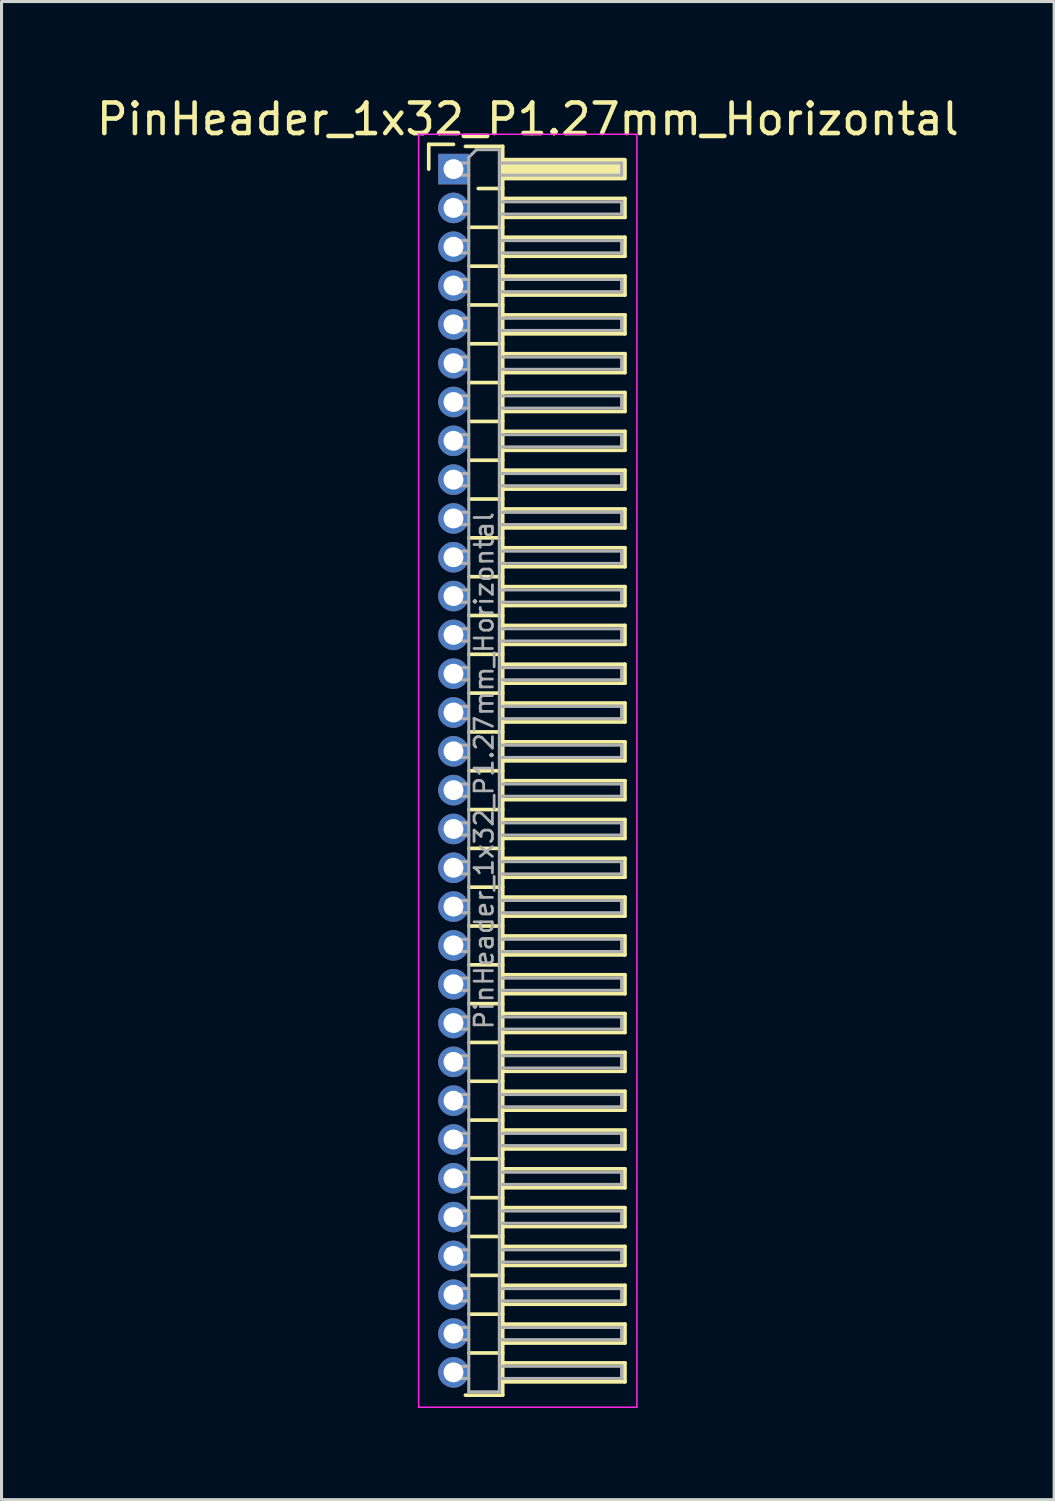
<source format=kicad_pcb>
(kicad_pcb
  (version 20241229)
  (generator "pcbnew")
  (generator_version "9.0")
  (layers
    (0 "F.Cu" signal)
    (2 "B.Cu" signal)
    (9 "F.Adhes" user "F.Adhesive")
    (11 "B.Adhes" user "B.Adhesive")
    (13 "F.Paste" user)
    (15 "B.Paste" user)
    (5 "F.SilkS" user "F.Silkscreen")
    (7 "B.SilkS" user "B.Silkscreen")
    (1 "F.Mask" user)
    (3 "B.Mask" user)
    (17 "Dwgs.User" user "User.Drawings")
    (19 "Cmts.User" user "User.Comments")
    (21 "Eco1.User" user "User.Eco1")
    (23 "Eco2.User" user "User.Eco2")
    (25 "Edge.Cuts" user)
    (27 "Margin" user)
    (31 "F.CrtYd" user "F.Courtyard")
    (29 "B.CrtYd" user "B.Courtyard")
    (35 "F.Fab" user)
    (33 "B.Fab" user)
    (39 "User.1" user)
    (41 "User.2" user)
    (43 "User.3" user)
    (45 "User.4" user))
  (footprint "PinHeader_1x32_P1.27mm_Horizontal"
    (layer "F.Cu")
    (at 11.788 2.483)
    (property "Reference" "PinHeader_1x32_P1.27mm_Horizontal" (at 2.433 -1.635 0) (layer "F.SilkS") (effects (font (size 1 1) (thickness 0.15))))
    (attr through_hole)
    (fp_line (start -0.81 -0.81) (end 0 -0.81) (stroke (width 0.12) (type solid)) (layer "F.SilkS"))
    (fp_line (start -0.81 0) (end -0.81 -0.81) (stroke (width 0.12) (type solid)) (layer "F.SilkS"))
    (fp_line (start 0.39 -0.745) (end 1.61 -0.745) (stroke (width 0.12) (type solid)) (layer "F.SilkS"))
    (fp_line (start 0.503 1.905) (end 1.61 1.905) (stroke (width 0.12) (type solid)) (layer "F.SilkS"))
    (fp_line (start 0.503 3.175) (end 1.61 3.175) (stroke (width 0.12) (type solid)) (layer "F.SilkS"))
    (fp_line (start 0.503 4.445) (end 1.61 4.445) (stroke (width 0.12) (type solid)) (layer "F.SilkS"))
    (fp_line (start 0.503 5.715) (end 1.61 5.715) (stroke (width 0.12) (type solid)) (layer "F.SilkS"))
    (fp_line (start 0.503 6.985) (end 1.61 6.985) (stroke (width 0.12) (type solid)) (layer "F.SilkS"))
    (fp_line (start 0.503 8.255) (end 1.61 8.255) (stroke (width 0.12) (type solid)) (layer "F.SilkS"))
    (fp_line (start 0.503 9.525) (end 1.61 9.525) (stroke (width 0.12) (type solid)) (layer "F.SilkS"))
    (fp_line (start 0.503 10.795) (end 1.61 10.795) (stroke (width 0.12) (type solid)) (layer "F.SilkS"))
    (fp_line (start 0.503 12.065) (end 1.61 12.065) (stroke (width 0.12) (type solid)) (layer "F.SilkS"))
    (fp_line (start 0.503 13.335) (end 1.61 13.335) (stroke (width 0.12) (type solid)) (layer "F.SilkS"))
    (fp_line (start 0.503 14.605) (end 1.61 14.605) (stroke (width 0.12) (type solid)) (layer "F.SilkS"))
    (fp_line (start 0.503 15.875) (end 1.61 15.875) (stroke (width 0.12) (type solid)) (layer "F.SilkS"))
    (fp_line (start 0.503 17.145) (end 1.61 17.145) (stroke (width 0.12) (type solid)) (layer "F.SilkS"))
    (fp_line (start 0.503 18.415) (end 1.61 18.415) (stroke (width 0.12) (type solid)) (layer "F.SilkS"))
    (fp_line (start 0.503 19.685) (end 1.61 19.685) (stroke (width 0.12) (type solid)) (layer "F.SilkS"))
    (fp_line (start 0.503 20.955) (end 1.61 20.955) (stroke (width 0.12) (type solid)) (layer "F.SilkS"))
    (fp_line (start 0.503 22.225) (end 1.61 22.225) (stroke (width 0.12) (type solid)) (layer "F.SilkS"))
    (fp_line (start 0.503 23.495) (end 1.61 23.495) (stroke (width 0.12) (type solid)) (layer "F.SilkS"))
    (fp_line (start 0.503 24.765) (end 1.61 24.765) (stroke (width 0.12) (type solid)) (layer "F.SilkS"))
    (fp_line (start 0.503 26.035) (end 1.61 26.035) (stroke (width 0.12) (type solid)) (layer "F.SilkS"))
    (fp_line (start 0.503 27.305) (end 1.61 27.305) (stroke (width 0.12) (type solid)) (layer "F.SilkS"))
    (fp_line (start 0.503 28.575) (end 1.61 28.575) (stroke (width 0.12) (type solid)) (layer "F.SilkS"))
    (fp_line (start 0.503 29.845) (end 1.61 29.845) (stroke (width 0.12) (type solid)) (layer "F.SilkS"))
    (fp_line (start 0.503 31.115) (end 1.61 31.115) (stroke (width 0.12) (type solid)) (layer "F.SilkS"))
    (fp_line (start 0.503 32.385) (end 1.61 32.385) (stroke (width 0.12) (type solid)) (layer "F.SilkS"))
    (fp_line (start 0.503 33.655) (end 1.61 33.655) (stroke (width 0.12) (type solid)) (layer "F.SilkS"))
    (fp_line (start 0.503 34.925) (end 1.61 34.925) (stroke (width 0.12) (type solid)) (layer "F.SilkS"))
    (fp_line (start 0.503 36.195) (end 1.61 36.195) (stroke (width 0.12) (type solid)) (layer "F.SilkS"))
    (fp_line (start 0.503 37.465) (end 1.61 37.465) (stroke (width 0.12) (type solid)) (layer "F.SilkS"))
    (fp_line (start 0.503 38.735) (end 1.61 38.735) (stroke (width 0.12) (type solid)) (layer "F.SilkS"))
    (fp_line (start 0.81 0.635) (end 1.61 0.635) (stroke (width 0.12) (type solid)) (layer "F.SilkS"))
    (fp_line (start 1.61 -0.745) (end 1.61 40.115) (stroke (width 0.12) (type solid)) (layer "F.SilkS"))
    (fp_line (start 1.61 0.96) (end 5.61 0.96) (stroke (width 0.12) (type solid)) (layer "F.SilkS"))
    (fp_line (start 1.61 2.23) (end 5.61 2.23) (stroke (width 0.12) (type solid)) (layer "F.SilkS"))
    (fp_line (start 1.61 3.5) (end 5.61 3.5) (stroke (width 0.12) (type solid)) (layer "F.SilkS"))
    (fp_line (start 1.61 4.77) (end 5.61 4.77) (stroke (width 0.12) (type solid)) (layer "F.SilkS"))
    (fp_line (start 1.61 6.04) (end 5.61 6.04) (stroke (width 0.12) (type solid)) (layer "F.SilkS"))
    (fp_line (start 1.61 7.31) (end 5.61 7.31) (stroke (width 0.12) (type solid)) (layer "F.SilkS"))
    (fp_line (start 1.61 8.58) (end 5.61 8.58) (stroke (width 0.12) (type solid)) (layer "F.SilkS"))
    (fp_line (start 1.61 9.85) (end 5.61 9.85) (stroke (width 0.12) (type solid)) (layer "F.SilkS"))
    (fp_line (start 1.61 11.12) (end 5.61 11.12) (stroke (width 0.12) (type solid)) (layer "F.SilkS"))
    (fp_line (start 1.61 12.39) (end 5.61 12.39) (stroke (width 0.12) (type solid)) (layer "F.SilkS"))
    (fp_line (start 1.61 13.66) (end 5.61 13.66) (stroke (width 0.12) (type solid)) (layer "F.SilkS"))
    (fp_line (start 1.61 14.93) (end 5.61 14.93) (stroke (width 0.12) (type solid)) (layer "F.SilkS"))
    (fp_line (start 1.61 16.2) (end 5.61 16.2) (stroke (width 0.12) (type solid)) (layer "F.SilkS"))
    (fp_line (start 1.61 17.47) (end 5.61 17.47) (stroke (width 0.12) (type solid)) (layer "F.SilkS"))
    (fp_line (start 1.61 18.74) (end 5.61 18.74) (stroke (width 0.12) (type solid)) (layer "F.SilkS"))
    (fp_line (start 1.61 20.01) (end 5.61 20.01) (stroke (width 0.12) (type solid)) (layer "F.SilkS"))
    (fp_line (start 1.61 21.28) (end 5.61 21.28) (stroke (width 0.12) (type solid)) (layer "F.SilkS"))
    (fp_line (start 1.61 22.55) (end 5.61 22.55) (stroke (width 0.12) (type solid)) (layer "F.SilkS"))
    (fp_line (start 1.61 23.82) (end 5.61 23.82) (stroke (width 0.12) (type solid)) (layer "F.SilkS"))
    (fp_line (start 1.61 25.09) (end 5.61 25.09) (stroke (width 0.12) (type solid)) (layer "F.SilkS"))
    (fp_line (start 1.61 26.36) (end 5.61 26.36) (stroke (width 0.12) (type solid)) (layer "F.SilkS"))
    (fp_line (start 1.61 27.63) (end 5.61 27.63) (stroke (width 0.12) (type solid)) (layer "F.SilkS"))
    (fp_line (start 1.61 28.9) (end 5.61 28.9) (stroke (width 0.12) (type solid)) (layer "F.SilkS"))
    (fp_line (start 1.61 30.17) (end 5.61 30.17) (stroke (width 0.12) (type solid)) (layer "F.SilkS"))
    (fp_line (start 1.61 31.44) (end 5.61 31.44) (stroke (width 0.12) (type solid)) (layer "F.SilkS"))
    (fp_line (start 1.61 32.71) (end 5.61 32.71) (stroke (width 0.12) (type solid)) (layer "F.SilkS"))
    (fp_line (start 1.61 33.98) (end 5.61 33.98) (stroke (width 0.12) (type solid)) (layer "F.SilkS"))
    (fp_line (start 1.61 35.25) (end 5.61 35.25) (stroke (width 0.12) (type solid)) (layer "F.SilkS"))
    (fp_line (start 1.61 36.52) (end 5.61 36.52) (stroke (width 0.12) (type solid)) (layer "F.SilkS"))
    (fp_line (start 1.61 37.79) (end 5.61 37.79) (stroke (width 0.12) (type solid)) (layer "F.SilkS"))
    (fp_line (start 1.61 39.06) (end 5.61 39.06) (stroke (width 0.12) (type solid)) (layer "F.SilkS"))
    (fp_line (start 1.61 40.115) (end 0.39 40.115) (stroke (width 0.12) (type solid)) (layer "F.SilkS"))
    (fp_line (start 5.61 0.96) (end 5.61 1.58) (stroke (width 0.12) (type solid)) (layer "F.SilkS"))
    (fp_line (start 5.61 1.58) (end 1.61 1.58) (stroke (width 0.12) (type solid)) (layer "F.SilkS"))
    (fp_line (start 5.61 2.23) (end 5.61 2.85) (stroke (width 0.12) (type solid)) (layer "F.SilkS"))
    (fp_line (start 5.61 2.85) (end 1.61 2.85) (stroke (width 0.12) (type solid)) (layer "F.SilkS"))
    (fp_line (start 5.61 3.5) (end 5.61 4.12) (stroke (width 0.12) (type solid)) (layer "F.SilkS"))
    (fp_line (start 5.61 4.12) (end 1.61 4.12) (stroke (width 0.12) (type solid)) (layer "F.SilkS"))
    (fp_line (start 5.61 4.77) (end 5.61 5.39) (stroke (width 0.12) (type solid)) (layer "F.SilkS"))
    (fp_line (start 5.61 5.39) (end 1.61 5.39) (stroke (width 0.12) (type solid)) (layer "F.SilkS"))
    (fp_line (start 5.61 6.04) (end 5.61 6.66) (stroke (width 0.12) (type solid)) (layer "F.SilkS"))
    (fp_line (start 5.61 6.66) (end 1.61 6.66) (stroke (width 0.12) (type solid)) (layer "F.SilkS"))
    (fp_line (start 5.61 7.31) (end 5.61 7.93) (stroke (width 0.12) (type solid)) (layer "F.SilkS"))
    (fp_line (start 5.61 7.93) (end 1.61 7.93) (stroke (width 0.12) (type solid)) (layer "F.SilkS"))
    (fp_line (start 5.61 8.58) (end 5.61 9.2) (stroke (width 0.12) (type solid)) (layer "F.SilkS"))
    (fp_line (start 5.61 9.2) (end 1.61 9.2) (stroke (width 0.12) (type solid)) (layer "F.SilkS"))
    (fp_line (start 5.61 9.85) (end 5.61 10.47) (stroke (width 0.12) (type solid)) (layer "F.SilkS"))
    (fp_line (start 5.61 10.47) (end 1.61 10.47) (stroke (width 0.12) (type solid)) (layer "F.SilkS"))
    (fp_line (start 5.61 11.12) (end 5.61 11.74) (stroke (width 0.12) (type solid)) (layer "F.SilkS"))
    (fp_line (start 5.61 11.74) (end 1.61 11.74) (stroke (width 0.12) (type solid)) (layer "F.SilkS"))
    (fp_line (start 5.61 12.39) (end 5.61 13.01) (stroke (width 0.12) (type solid)) (layer "F.SilkS"))
    (fp_line (start 5.61 13.01) (end 1.61 13.01) (stroke (width 0.12) (type solid)) (layer "F.SilkS"))
    (fp_line (start 5.61 13.66) (end 5.61 14.28) (stroke (width 0.12) (type solid)) (layer "F.SilkS"))
    (fp_line (start 5.61 14.28) (end 1.61 14.28) (stroke (width 0.12) (type solid)) (layer "F.SilkS"))
    (fp_line (start 5.61 14.93) (end 5.61 15.55) (stroke (width 0.12) (type solid)) (layer "F.SilkS"))
    (fp_line (start 5.61 15.55) (end 1.61 15.55) (stroke (width 0.12) (type solid)) (layer "F.SilkS"))
    (fp_line (start 5.61 16.2) (end 5.61 16.82) (stroke (width 0.12) (type solid)) (layer "F.SilkS"))
    (fp_line (start 5.61 16.82) (end 1.61 16.82) (stroke (width 0.12) (type solid)) (layer "F.SilkS"))
    (fp_line (start 5.61 17.47) (end 5.61 18.09) (stroke (width 0.12) (type solid)) (layer "F.SilkS"))
    (fp_line (start 5.61 18.09) (end 1.61 18.09) (stroke (width 0.12) (type solid)) (layer "F.SilkS"))
    (fp_line (start 5.61 18.74) (end 5.61 19.36) (stroke (width 0.12) (type solid)) (layer "F.SilkS"))
    (fp_line (start 5.61 19.36) (end 1.61 19.36) (stroke (width 0.12) (type solid)) (layer "F.SilkS"))
    (fp_line (start 5.61 20.01) (end 5.61 20.63) (stroke (width 0.12) (type solid)) (layer "F.SilkS"))
    (fp_line (start 5.61 20.63) (end 1.61 20.63) (stroke (width 0.12) (type solid)) (layer "F.SilkS"))
    (fp_line (start 5.61 21.28) (end 5.61 21.9) (stroke (width 0.12) (type solid)) (layer "F.SilkS"))
    (fp_line (start 5.61 21.9) (end 1.61 21.9) (stroke (width 0.12) (type solid)) (layer "F.SilkS"))
    (fp_line (start 5.61 22.55) (end 5.61 23.17) (stroke (width 0.12) (type solid)) (layer "F.SilkS"))
    (fp_line (start 5.61 23.17) (end 1.61 23.17) (stroke (width 0.12) (type solid)) (layer "F.SilkS"))
    (fp_line (start 5.61 23.82) (end 5.61 24.44) (stroke (width 0.12) (type solid)) (layer "F.SilkS"))
    (fp_line (start 5.61 24.44) (end 1.61 24.44) (stroke (width 0.12) (type solid)) (layer "F.SilkS"))
    (fp_line (start 5.61 25.09) (end 5.61 25.71) (stroke (width 0.12) (type solid)) (layer "F.SilkS"))
    (fp_line (start 5.61 25.71) (end 1.61 25.71) (stroke (width 0.12) (type solid)) (layer "F.SilkS"))
    (fp_line (start 5.61 26.36) (end 5.61 26.98) (stroke (width 0.12) (type solid)) (layer "F.SilkS"))
    (fp_line (start 5.61 26.98) (end 1.61 26.98) (stroke (width 0.12) (type solid)) (layer "F.SilkS"))
    (fp_line (start 5.61 27.63) (end 5.61 28.25) (stroke (width 0.12) (type solid)) (layer "F.SilkS"))
    (fp_line (start 5.61 28.25) (end 1.61 28.25) (stroke (width 0.12) (type solid)) (layer "F.SilkS"))
    (fp_line (start 5.61 28.9) (end 5.61 29.52) (stroke (width 0.12) (type solid)) (layer "F.SilkS"))
    (fp_line (start 5.61 29.52) (end 1.61 29.52) (stroke (width 0.12) (type solid)) (layer "F.SilkS"))
    (fp_line (start 5.61 30.17) (end 5.61 30.79) (stroke (width 0.12) (type solid)) (layer "F.SilkS"))
    (fp_line (start 5.61 30.79) (end 1.61 30.79) (stroke (width 0.12) (type solid)) (layer "F.SilkS"))
    (fp_line (start 5.61 31.44) (end 5.61 32.06) (stroke (width 0.12) (type solid)) (layer "F.SilkS"))
    (fp_line (start 5.61 32.06) (end 1.61 32.06) (stroke (width 0.12) (type solid)) (layer "F.SilkS"))
    (fp_line (start 5.61 32.71) (end 5.61 33.33) (stroke (width 0.12) (type solid)) (layer "F.SilkS"))
    (fp_line (start 5.61 33.33) (end 1.61 33.33) (stroke (width 0.12) (type solid)) (layer "F.SilkS"))
    (fp_line (start 5.61 33.98) (end 5.61 34.6) (stroke (width 0.12) (type solid)) (layer "F.SilkS"))
    (fp_line (start 5.61 34.6) (end 1.61 34.6) (stroke (width 0.12) (type solid)) (layer "F.SilkS"))
    (fp_line (start 5.61 35.25) (end 5.61 35.87) (stroke (width 0.12) (type solid)) (layer "F.SilkS"))
    (fp_line (start 5.61 35.87) (end 1.61 35.87) (stroke (width 0.12) (type solid)) (layer "F.SilkS"))
    (fp_line (start 5.61 36.52) (end 5.61 37.14) (stroke (width 0.12) (type solid)) (layer "F.SilkS"))
    (fp_line (start 5.61 37.14) (end 1.61 37.14) (stroke (width 0.12) (type solid)) (layer "F.SilkS"))
    (fp_line (start 5.61 37.79) (end 5.61 38.41) (stroke (width 0.12) (type solid)) (layer "F.SilkS"))
    (fp_line (start 5.61 38.41) (end 1.61 38.41) (stroke (width 0.12) (type solid)) (layer "F.SilkS"))
    (fp_line (start 5.61 39.06) (end 5.61 39.68) (stroke (width 0.12) (type solid)) (layer "F.SilkS"))
    (fp_line (start 5.61 39.68) (end 1.61 39.68) (stroke (width 0.12) (type solid)) (layer "F.SilkS"))
    (fp_rect (start 1.61 -0.31) (end 5.61 0.31) (stroke (width 0.12) (type solid)) (fill yes) (layer "F.SilkS"))
    (fp_line (start -1.14 -1.14) (end -1.14 40.51) (stroke (width 0.05) (type solid)) (layer "F.CrtYd"))
    (fp_line (start -1.14 40.51) (end 6 40.51) (stroke (width 0.05) (type solid)) (layer "F.CrtYd"))
    (fp_line (start 6 -1.14) (end -1.14 -1.14) (stroke (width 0.05) (type solid)) (layer "F.CrtYd"))
    (fp_line (start 6 40.51) (end 6 -1.14) (stroke (width 0.05) (type solid)) (layer "F.CrtYd"))
    (fp_line (start -0.2 -0.2) (end -0.2 0.2) (stroke (width 0.1) (type solid)) (layer "F.Fab"))
    (fp_line (start -0.2 -0.2) (end 0.5 -0.2) (stroke (width 0.1) (type solid)) (layer "F.Fab"))
    (fp_line (start -0.2 0.2) (end 0.5 0.2) (stroke (width 0.1) (type solid)) (layer "F.Fab"))
    (fp_line (start -0.2 1.07) (end -0.2 1.47) (stroke (width 0.1) (type solid)) (layer "F.Fab"))
    (fp_line (start -0.2 1.07) (end 0.5 1.07) (stroke (width 0.1) (type solid)) (layer "F.Fab"))
    (fp_line (start -0.2 1.47) (end 0.5 1.47) (stroke (width 0.1) (type solid)) (layer "F.Fab"))
    (fp_line (start -0.2 2.34) (end -0.2 2.74) (stroke (width 0.1) (type solid)) (layer "F.Fab"))
    (fp_line (start -0.2 2.34) (end 0.5 2.34) (stroke (width 0.1) (type solid)) (layer "F.Fab"))
    (fp_line (start -0.2 2.74) (end 0.5 2.74) (stroke (width 0.1) (type solid)) (layer "F.Fab"))
    (fp_line (start -0.2 3.61) (end -0.2 4.01) (stroke (width 0.1) (type solid)) (layer "F.Fab"))
    (fp_line (start -0.2 3.61) (end 0.5 3.61) (stroke (width 0.1) (type solid)) (layer "F.Fab"))
    (fp_line (start -0.2 4.01) (end 0.5 4.01) (stroke (width 0.1) (type solid)) (layer "F.Fab"))
    (fp_line (start -0.2 4.88) (end -0.2 5.28) (stroke (width 0.1) (type solid)) (layer "F.Fab"))
    (fp_line (start -0.2 4.88) (end 0.5 4.88) (stroke (width 0.1) (type solid)) (layer "F.Fab"))
    (fp_line (start -0.2 5.28) (end 0.5 5.28) (stroke (width 0.1) (type solid)) (layer "F.Fab"))
    (fp_line (start -0.2 6.15) (end -0.2 6.55) (stroke (width 0.1) (type solid)) (layer "F.Fab"))
    (fp_line (start -0.2 6.15) (end 0.5 6.15) (stroke (width 0.1) (type solid)) (layer "F.Fab"))
    (fp_line (start -0.2 6.55) (end 0.5 6.55) (stroke (width 0.1) (type solid)) (layer "F.Fab"))
    (fp_line (start -0.2 7.42) (end -0.2 7.82) (stroke (width 0.1) (type solid)) (layer "F.Fab"))
    (fp_line (start -0.2 7.42) (end 0.5 7.42) (stroke (width 0.1) (type solid)) (layer "F.Fab"))
    (fp_line (start -0.2 7.82) (end 0.5 7.82) (stroke (width 0.1) (type solid)) (layer "F.Fab"))
    (fp_line (start -0.2 8.69) (end -0.2 9.09) (stroke (width 0.1) (type solid)) (layer "F.Fab"))
    (fp_line (start -0.2 8.69) (end 0.5 8.69) (stroke (width 0.1) (type solid)) (layer "F.Fab"))
    (fp_line (start -0.2 9.09) (end 0.5 9.09) (stroke (width 0.1) (type solid)) (layer "F.Fab"))
    (fp_line (start -0.2 9.96) (end -0.2 10.36) (stroke (width 0.1) (type solid)) (layer "F.Fab"))
    (fp_line (start -0.2 9.96) (end 0.5 9.96) (stroke (width 0.1) (type solid)) (layer "F.Fab"))
    (fp_line (start -0.2 10.36) (end 0.5 10.36) (stroke (width 0.1) (type solid)) (layer "F.Fab"))
    (fp_line (start -0.2 11.23) (end -0.2 11.63) (stroke (width 0.1) (type solid)) (layer "F.Fab"))
    (fp_line (start -0.2 11.23) (end 0.5 11.23) (stroke (width 0.1) (type solid)) (layer "F.Fab"))
    (fp_line (start -0.2 11.63) (end 0.5 11.63) (stroke (width 0.1) (type solid)) (layer "F.Fab"))
    (fp_line (start -0.2 12.5) (end -0.2 12.9) (stroke (width 0.1) (type solid)) (layer "F.Fab"))
    (fp_line (start -0.2 12.5) (end 0.5 12.5) (stroke (width 0.1) (type solid)) (layer "F.Fab"))
    (fp_line (start -0.2 12.9) (end 0.5 12.9) (stroke (width 0.1) (type solid)) (layer "F.Fab"))
    (fp_line (start -0.2 13.77) (end -0.2 14.17) (stroke (width 0.1) (type solid)) (layer "F.Fab"))
    (fp_line (start -0.2 13.77) (end 0.5 13.77) (stroke (width 0.1) (type solid)) (layer "F.Fab"))
    (fp_line (start -0.2 14.17) (end 0.5 14.17) (stroke (width 0.1) (type solid)) (layer "F.Fab"))
    (fp_line (start -0.2 15.04) (end -0.2 15.44) (stroke (width 0.1) (type solid)) (layer "F.Fab"))
    (fp_line (start -0.2 15.04) (end 0.5 15.04) (stroke (width 0.1) (type solid)) (layer "F.Fab"))
    (fp_line (start -0.2 15.44) (end 0.5 15.44) (stroke (width 0.1) (type solid)) (layer "F.Fab"))
    (fp_line (start -0.2 16.31) (end -0.2 16.71) (stroke (width 0.1) (type solid)) (layer "F.Fab"))
    (fp_line (start -0.2 16.31) (end 0.5 16.31) (stroke (width 0.1) (type solid)) (layer "F.Fab"))
    (fp_line (start -0.2 16.71) (end 0.5 16.71) (stroke (width 0.1) (type solid)) (layer "F.Fab"))
    (fp_line (start -0.2 17.58) (end -0.2 17.98) (stroke (width 0.1) (type solid)) (layer "F.Fab"))
    (fp_line (start -0.2 17.58) (end 0.5 17.58) (stroke (width 0.1) (type solid)) (layer "F.Fab"))
    (fp_line (start -0.2 17.98) (end 0.5 17.98) (stroke (width 0.1) (type solid)) (layer "F.Fab"))
    (fp_line (start -0.2 18.85) (end -0.2 19.25) (stroke (width 0.1) (type solid)) (layer "F.Fab"))
    (fp_line (start -0.2 18.85) (end 0.5 18.85) (stroke (width 0.1) (type solid)) (layer "F.Fab"))
    (fp_line (start -0.2 19.25) (end 0.5 19.25) (stroke (width 0.1) (type solid)) (layer "F.Fab"))
    (fp_line (start -0.2 20.12) (end -0.2 20.52) (stroke (width 0.1) (type solid)) (layer "F.Fab"))
    (fp_line (start -0.2 20.12) (end 0.5 20.12) (stroke (width 0.1) (type solid)) (layer "F.Fab"))
    (fp_line (start -0.2 20.52) (end 0.5 20.52) (stroke (width 0.1) (type solid)) (layer "F.Fab"))
    (fp_line (start -0.2 21.39) (end -0.2 21.79) (stroke (width 0.1) (type solid)) (layer "F.Fab"))
    (fp_line (start -0.2 21.39) (end 0.5 21.39) (stroke (width 0.1) (type solid)) (layer "F.Fab"))
    (fp_line (start -0.2 21.79) (end 0.5 21.79) (stroke (width 0.1) (type solid)) (layer "F.Fab"))
    (fp_line (start -0.2 22.66) (end -0.2 23.06) (stroke (width 0.1) (type solid)) (layer "F.Fab"))
    (fp_line (start -0.2 22.66) (end 0.5 22.66) (stroke (width 0.1) (type solid)) (layer "F.Fab"))
    (fp_line (start -0.2 23.06) (end 0.5 23.06) (stroke (width 0.1) (type solid)) (layer "F.Fab"))
    (fp_line (start -0.2 23.93) (end -0.2 24.33) (stroke (width 0.1) (type solid)) (layer "F.Fab"))
    (fp_line (start -0.2 23.93) (end 0.5 23.93) (stroke (width 0.1) (type solid)) (layer "F.Fab"))
    (fp_line (start -0.2 24.33) (end 0.5 24.33) (stroke (width 0.1) (type solid)) (layer "F.Fab"))
    (fp_line (start -0.2 25.2) (end -0.2 25.6) (stroke (width 0.1) (type solid)) (layer "F.Fab"))
    (fp_line (start -0.2 25.2) (end 0.5 25.2) (stroke (width 0.1) (type solid)) (layer "F.Fab"))
    (fp_line (start -0.2 25.6) (end 0.5 25.6) (stroke (width 0.1) (type solid)) (layer "F.Fab"))
    (fp_line (start -0.2 26.47) (end -0.2 26.87) (stroke (width 0.1) (type solid)) (layer "F.Fab"))
    (fp_line (start -0.2 26.47) (end 0.5 26.47) (stroke (width 0.1) (type solid)) (layer "F.Fab"))
    (fp_line (start -0.2 26.87) (end 0.5 26.87) (stroke (width 0.1) (type solid)) (layer "F.Fab"))
    (fp_line (start -0.2 27.74) (end -0.2 28.14) (stroke (width 0.1) (type solid)) (layer "F.Fab"))
    (fp_line (start -0.2 27.74) (end 0.5 27.74) (stroke (width 0.1) (type solid)) (layer "F.Fab"))
    (fp_line (start -0.2 28.14) (end 0.5 28.14) (stroke (width 0.1) (type solid)) (layer "F.Fab"))
    (fp_line (start -0.2 29.01) (end -0.2 29.41) (stroke (width 0.1) (type solid)) (layer "F.Fab"))
    (fp_line (start -0.2 29.01) (end 0.5 29.01) (stroke (width 0.1) (type solid)) (layer "F.Fab"))
    (fp_line (start -0.2 29.41) (end 0.5 29.41) (stroke (width 0.1) (type solid)) (layer "F.Fab"))
    (fp_line (start -0.2 30.28) (end -0.2 30.68) (stroke (width 0.1) (type solid)) (layer "F.Fab"))
    (fp_line (start -0.2 30.28) (end 0.5 30.28) (stroke (width 0.1) (type solid)) (layer "F.Fab"))
    (fp_line (start -0.2 30.68) (end 0.5 30.68) (stroke (width 0.1) (type solid)) (layer "F.Fab"))
    (fp_line (start -0.2 31.55) (end -0.2 31.95) (stroke (width 0.1) (type solid)) (layer "F.Fab"))
    (fp_line (start -0.2 31.55) (end 0.5 31.55) (stroke (width 0.1) (type solid)) (layer "F.Fab"))
    (fp_line (start -0.2 31.95) (end 0.5 31.95) (stroke (width 0.1) (type solid)) (layer "F.Fab"))
    (fp_line (start -0.2 32.82) (end -0.2 33.22) (stroke (width 0.1) (type solid)) (layer "F.Fab"))
    (fp_line (start -0.2 32.82) (end 0.5 32.82) (stroke (width 0.1) (type solid)) (layer "F.Fab"))
    (fp_line (start -0.2 33.22) (end 0.5 33.22) (stroke (width 0.1) (type solid)) (layer "F.Fab"))
    (fp_line (start -0.2 34.09) (end -0.2 34.49) (stroke (width 0.1) (type solid)) (layer "F.Fab"))
    (fp_line (start -0.2 34.09) (end 0.5 34.09) (stroke (width 0.1) (type solid)) (layer "F.Fab"))
    (fp_line (start -0.2 34.49) (end 0.5 34.49) (stroke (width 0.1) (type solid)) (layer "F.Fab"))
    (fp_line (start -0.2 35.36) (end -0.2 35.76) (stroke (width 0.1) (type solid)) (layer "F.Fab"))
    (fp_line (start -0.2 35.36) (end 0.5 35.36) (stroke (width 0.1) (type solid)) (layer "F.Fab"))
    (fp_line (start -0.2 35.76) (end 0.5 35.76) (stroke (width 0.1) (type solid)) (layer "F.Fab"))
    (fp_line (start -0.2 36.63) (end -0.2 37.03) (stroke (width 0.1) (type solid)) (layer "F.Fab"))
    (fp_line (start -0.2 36.63) (end 0.5 36.63) (stroke (width 0.1) (type solid)) (layer "F.Fab"))
    (fp_line (start -0.2 37.03) (end 0.5 37.03) (stroke (width 0.1) (type solid)) (layer "F.Fab"))
    (fp_line (start -0.2 37.9) (end -0.2 38.3) (stroke (width 0.1) (type solid)) (layer "F.Fab"))
    (fp_line (start -0.2 37.9) (end 0.5 37.9) (stroke (width 0.1) (type solid)) (layer "F.Fab"))
    (fp_line (start -0.2 38.3) (end 0.5 38.3) (stroke (width 0.1) (type solid)) (layer "F.Fab"))
    (fp_line (start -0.2 39.17) (end -0.2 39.57) (stroke (width 0.1) (type solid)) (layer "F.Fab"))
    (fp_line (start -0.2 39.17) (end 0.5 39.17) (stroke (width 0.1) (type solid)) (layer "F.Fab"))
    (fp_line (start -0.2 39.57) (end 0.5 39.57) (stroke (width 0.1) (type solid)) (layer "F.Fab"))
    (fp_line (start 0.5 -0.385) (end 0.75 -0.635) (stroke (width 0.1) (type solid)) (layer "F.Fab"))
    (fp_line (start 0.5 40.005) (end 0.5 -0.385) (stroke (width 0.1) (type solid)) (layer "F.Fab"))
    (fp_line (start 0.75 -0.635) (end 1.5 -0.635) (stroke (width 0.1) (type solid)) (layer "F.Fab"))
    (fp_line (start 1.5 -0.635) (end 1.5 40.005) (stroke (width 0.1) (type solid)) (layer "F.Fab"))
    (fp_line (start 1.5 -0.2) (end 5.5 -0.2) (stroke (width 0.1) (type solid)) (layer "F.Fab"))
    (fp_line (start 1.5 0.2) (end 5.5 0.2) (stroke (width 0.1) (type solid)) (layer "F.Fab"))
    (fp_line (start 1.5 1.07) (end 5.5 1.07) (stroke (width 0.1) (type solid)) (layer "F.Fab"))
    (fp_line (start 1.5 1.47) (end 5.5 1.47) (stroke (width 0.1) (type solid)) (layer "F.Fab"))
    (fp_line (start 1.5 2.34) (end 5.5 2.34) (stroke (width 0.1) (type solid)) (layer "F.Fab"))
    (fp_line (start 1.5 2.74) (end 5.5 2.74) (stroke (width 0.1) (type solid)) (layer "F.Fab"))
    (fp_line (start 1.5 3.61) (end 5.5 3.61) (stroke (width 0.1) (type solid)) (layer "F.Fab"))
    (fp_line (start 1.5 4.01) (end 5.5 4.01) (stroke (width 0.1) (type solid)) (layer "F.Fab"))
    (fp_line (start 1.5 4.88) (end 5.5 4.88) (stroke (width 0.1) (type solid)) (layer "F.Fab"))
    (fp_line (start 1.5 5.28) (end 5.5 5.28) (stroke (width 0.1) (type solid)) (layer "F.Fab"))
    (fp_line (start 1.5 6.15) (end 5.5 6.15) (stroke (width 0.1) (type solid)) (layer "F.Fab"))
    (fp_line (start 1.5 6.55) (end 5.5 6.55) (stroke (width 0.1) (type solid)) (layer "F.Fab"))
    (fp_line (start 1.5 7.42) (end 5.5 7.42) (stroke (width 0.1) (type solid)) (layer "F.Fab"))
    (fp_line (start 1.5 7.82) (end 5.5 7.82) (stroke (width 0.1) (type solid)) (layer "F.Fab"))
    (fp_line (start 1.5 8.69) (end 5.5 8.69) (stroke (width 0.1) (type solid)) (layer "F.Fab"))
    (fp_line (start 1.5 9.09) (end 5.5 9.09) (stroke (width 0.1) (type solid)) (layer "F.Fab"))
    (fp_line (start 1.5 9.96) (end 5.5 9.96) (stroke (width 0.1) (type solid)) (layer "F.Fab"))
    (fp_line (start 1.5 10.36) (end 5.5 10.36) (stroke (width 0.1) (type solid)) (layer "F.Fab"))
    (fp_line (start 1.5 11.23) (end 5.5 11.23) (stroke (width 0.1) (type solid)) (layer "F.Fab"))
    (fp_line (start 1.5 11.63) (end 5.5 11.63) (stroke (width 0.1) (type solid)) (layer "F.Fab"))
    (fp_line (start 1.5 12.5) (end 5.5 12.5) (stroke (width 0.1) (type solid)) (layer "F.Fab"))
    (fp_line (start 1.5 12.9) (end 5.5 12.9) (stroke (width 0.1) (type solid)) (layer "F.Fab"))
    (fp_line (start 1.5 13.77) (end 5.5 13.77) (stroke (width 0.1) (type solid)) (layer "F.Fab"))
    (fp_line (start 1.5 14.17) (end 5.5 14.17) (stroke (width 0.1) (type solid)) (layer "F.Fab"))
    (fp_line (start 1.5 15.04) (end 5.5 15.04) (stroke (width 0.1) (type solid)) (layer "F.Fab"))
    (fp_line (start 1.5 15.44) (end 5.5 15.44) (stroke (width 0.1) (type solid)) (layer "F.Fab"))
    (fp_line (start 1.5 16.31) (end 5.5 16.31) (stroke (width 0.1) (type solid)) (layer "F.Fab"))
    (fp_line (start 1.5 16.71) (end 5.5 16.71) (stroke (width 0.1) (type solid)) (layer "F.Fab"))
    (fp_line (start 1.5 17.58) (end 5.5 17.58) (stroke (width 0.1) (type solid)) (layer "F.Fab"))
    (fp_line (start 1.5 17.98) (end 5.5 17.98) (stroke (width 0.1) (type solid)) (layer "F.Fab"))
    (fp_line (start 1.5 18.85) (end 5.5 18.85) (stroke (width 0.1) (type solid)) (layer "F.Fab"))
    (fp_line (start 1.5 19.25) (end 5.5 19.25) (stroke (width 0.1) (type solid)) (layer "F.Fab"))
    (fp_line (start 1.5 20.12) (end 5.5 20.12) (stroke (width 0.1) (type solid)) (layer "F.Fab"))
    (fp_line (start 1.5 20.52) (end 5.5 20.52) (stroke (width 0.1) (type solid)) (layer "F.Fab"))
    (fp_line (start 1.5 21.39) (end 5.5 21.39) (stroke (width 0.1) (type solid)) (layer "F.Fab"))
    (fp_line (start 1.5 21.79) (end 5.5 21.79) (stroke (width 0.1) (type solid)) (layer "F.Fab"))
    (fp_line (start 1.5 22.66) (end 5.5 22.66) (stroke (width 0.1) (type solid)) (layer "F.Fab"))
    (fp_line (start 1.5 23.06) (end 5.5 23.06) (stroke (width 0.1) (type solid)) (layer "F.Fab"))
    (fp_line (start 1.5 23.93) (end 5.5 23.93) (stroke (width 0.1) (type solid)) (layer "F.Fab"))
    (fp_line (start 1.5 24.33) (end 5.5 24.33) (stroke (width 0.1) (type solid)) (layer "F.Fab"))
    (fp_line (start 1.5 25.2) (end 5.5 25.2) (stroke (width 0.1) (type solid)) (layer "F.Fab"))
    (fp_line (start 1.5 25.6) (end 5.5 25.6) (stroke (width 0.1) (type solid)) (layer "F.Fab"))
    (fp_line (start 1.5 26.47) (end 5.5 26.47) (stroke (width 0.1) (type solid)) (layer "F.Fab"))
    (fp_line (start 1.5 26.87) (end 5.5 26.87) (stroke (width 0.1) (type solid)) (layer "F.Fab"))
    (fp_line (start 1.5 27.74) (end 5.5 27.74) (stroke (width 0.1) (type solid)) (layer "F.Fab"))
    (fp_line (start 1.5 28.14) (end 5.5 28.14) (stroke (width 0.1) (type solid)) (layer "F.Fab"))
    (fp_line (start 1.5 29.01) (end 5.5 29.01) (stroke (width 0.1) (type solid)) (layer "F.Fab"))
    (fp_line (start 1.5 29.41) (end 5.5 29.41) (stroke (width 0.1) (type solid)) (layer "F.Fab"))
    (fp_line (start 1.5 30.28) (end 5.5 30.28) (stroke (width 0.1) (type solid)) (layer "F.Fab"))
    (fp_line (start 1.5 30.68) (end 5.5 30.68) (stroke (width 0.1) (type solid)) (layer "F.Fab"))
    (fp_line (start 1.5 31.55) (end 5.5 31.55) (stroke (width 0.1) (type solid)) (layer "F.Fab"))
    (fp_line (start 1.5 31.95) (end 5.5 31.95) (stroke (width 0.1) (type solid)) (layer "F.Fab"))
    (fp_line (start 1.5 32.82) (end 5.5 32.82) (stroke (width 0.1) (type solid)) (layer "F.Fab"))
    (fp_line (start 1.5 33.22) (end 5.5 33.22) (stroke (width 0.1) (type solid)) (layer "F.Fab"))
    (fp_line (start 1.5 34.09) (end 5.5 34.09) (stroke (width 0.1) (type solid)) (layer "F.Fab"))
    (fp_line (start 1.5 34.49) (end 5.5 34.49) (stroke (width 0.1) (type solid)) (layer "F.Fab"))
    (fp_line (start 1.5 35.36) (end 5.5 35.36) (stroke (width 0.1) (type solid)) (layer "F.Fab"))
    (fp_line (start 1.5 35.76) (end 5.5 35.76) (stroke (width 0.1) (type solid)) (layer "F.Fab"))
    (fp_line (start 1.5 36.63) (end 5.5 36.63) (stroke (width 0.1) (type solid)) (layer "F.Fab"))
    (fp_line (start 1.5 37.03) (end 5.5 37.03) (stroke (width 0.1) (type solid)) (layer "F.Fab"))
    (fp_line (start 1.5 37.9) (end 5.5 37.9) (stroke (width 0.1) (type solid)) (layer "F.Fab"))
    (fp_line (start 1.5 38.3) (end 5.5 38.3) (stroke (width 0.1) (type solid)) (layer "F.Fab"))
    (fp_line (start 1.5 39.17) (end 5.5 39.17) (stroke (width 0.1) (type solid)) (layer "F.Fab"))
    (fp_line (start 1.5 39.57) (end 5.5 39.57) (stroke (width 0.1) (type solid)) (layer "F.Fab"))
    (fp_line (start 1.5 40.005) (end 0.5 40.005) (stroke (width 0.1) (type solid)) (layer "F.Fab"))
    (fp_line (start 5.5 -0.2) (end 5.5 0.2) (stroke (width 0.1) (type solid)) (layer "F.Fab"))
    (fp_line (start 5.5 1.07) (end 5.5 1.47) (stroke (width 0.1) (type solid)) (layer "F.Fab"))
    (fp_line (start 5.5 2.34) (end 5.5 2.74) (stroke (width 0.1) (type solid)) (layer "F.Fab"))
    (fp_line (start 5.5 3.61) (end 5.5 4.01) (stroke (width 0.1) (type solid)) (layer "F.Fab"))
    (fp_line (start 5.5 4.88) (end 5.5 5.28) (stroke (width 0.1) (type solid)) (layer "F.Fab"))
    (fp_line (start 5.5 6.15) (end 5.5 6.55) (stroke (width 0.1) (type solid)) (layer "F.Fab"))
    (fp_line (start 5.5 7.42) (end 5.5 7.82) (stroke (width 0.1) (type solid)) (layer "F.Fab"))
    (fp_line (start 5.5 8.69) (end 5.5 9.09) (stroke (width 0.1) (type solid)) (layer "F.Fab"))
    (fp_line (start 5.5 9.96) (end 5.5 10.36) (stroke (width 0.1) (type solid)) (layer "F.Fab"))
    (fp_line (start 5.5 11.23) (end 5.5 11.63) (stroke (width 0.1) (type solid)) (layer "F.Fab"))
    (fp_line (start 5.5 12.5) (end 5.5 12.9) (stroke (width 0.1) (type solid)) (layer "F.Fab"))
    (fp_line (start 5.5 13.77) (end 5.5 14.17) (stroke (width 0.1) (type solid)) (layer "F.Fab"))
    (fp_line (start 5.5 15.04) (end 5.5 15.44) (stroke (width 0.1) (type solid)) (layer "F.Fab"))
    (fp_line (start 5.5 16.31) (end 5.5 16.71) (stroke (width 0.1) (type solid)) (layer "F.Fab"))
    (fp_line (start 5.5 17.58) (end 5.5 17.98) (stroke (width 0.1) (type solid)) (layer "F.Fab"))
    (fp_line (start 5.5 18.85) (end 5.5 19.25) (stroke (width 0.1) (type solid)) (layer "F.Fab"))
    (fp_line (start 5.5 20.12) (end 5.5 20.52) (stroke (width 0.1) (type solid)) (layer "F.Fab"))
    (fp_line (start 5.5 21.39) (end 5.5 21.79) (stroke (width 0.1) (type solid)) (layer "F.Fab"))
    (fp_line (start 5.5 22.66) (end 5.5 23.06) (stroke (width 0.1) (type solid)) (layer "F.Fab"))
    (fp_line (start 5.5 23.93) (end 5.5 24.33) (stroke (width 0.1) (type solid)) (layer "F.Fab"))
    (fp_line (start 5.5 25.2) (end 5.5 25.6) (stroke (width 0.1) (type solid)) (layer "F.Fab"))
    (fp_line (start 5.5 26.47) (end 5.5 26.87) (stroke (width 0.1) (type solid)) (layer "F.Fab"))
    (fp_line (start 5.5 27.74) (end 5.5 28.14) (stroke (width 0.1) (type solid)) (layer "F.Fab"))
    (fp_line (start 5.5 29.01) (end 5.5 29.41) (stroke (width 0.1) (type solid)) (layer "F.Fab"))
    (fp_line (start 5.5 30.28) (end 5.5 30.68) (stroke (width 0.1) (type solid)) (layer "F.Fab"))
    (fp_line (start 5.5 31.55) (end 5.5 31.95) (stroke (width 0.1) (type solid)) (layer "F.Fab"))
    (fp_line (start 5.5 32.82) (end 5.5 33.22) (stroke (width 0.1) (type solid)) (layer "F.Fab"))
    (fp_line (start 5.5 34.09) (end 5.5 34.49) (stroke (width 0.1) (type solid)) (layer "F.Fab"))
    (fp_line (start 5.5 35.36) (end 5.5 35.76) (stroke (width 0.1) (type solid)) (layer "F.Fab"))
    (fp_line (start 5.5 36.63) (end 5.5 37.03) (stroke (width 0.1) (type solid)) (layer "F.Fab"))
    (fp_line (start 5.5 37.9) (end 5.5 38.3) (stroke (width 0.1) (type solid)) (layer "F.Fab"))
    (fp_line (start 5.5 39.17) (end 5.5 39.57) (stroke (width 0.1) (type solid)) (layer "F.Fab"))
    (fp_text user "${REFERENCE}" (at 1 19.685 90) (layer "F.Fab") (effects (font (size 0.6 0.6) (thickness 0.09))))
    (pad "1" thru_hole rect (at 0 0) (size 1 1) (drill 0.65) (layers "*.Cu" "*.Mask"))
    (pad "2" thru_hole circle (at 0 1.27) (size 1 1) (drill 0.65) (layers "*.Cu" "*.Mask"))
    (pad "3" thru_hole circle (at 0 2.54) (size 1 1) (drill 0.65) (layers "*.Cu" "*.Mask"))
    (pad "4" thru_hole circle (at 0 3.81) (size 1 1) (drill 0.65) (layers "*.Cu" "*.Mask"))
    (pad "5" thru_hole circle (at 0 5.08) (size 1 1) (drill 0.65) (layers "*.Cu" "*.Mask"))
    (pad "6" thru_hole circle (at 0 6.35) (size 1 1) (drill 0.65) (layers "*.Cu" "*.Mask"))
    (pad "7" thru_hole circle (at 0 7.62) (size 1 1) (drill 0.65) (layers "*.Cu" "*.Mask"))
    (pad "8" thru_hole circle (at 0 8.89) (size 1 1) (drill 0.65) (layers "*.Cu" "*.Mask"))
    (pad "9" thru_hole circle (at 0 10.16) (size 1 1) (drill 0.65) (layers "*.Cu" "*.Mask"))
    (pad "10" thru_hole circle (at 0 11.43) (size 1 1) (drill 0.65) (layers "*.Cu" "*.Mask"))
    (pad "11" thru_hole circle (at 0 12.7) (size 1 1) (drill 0.65) (layers "*.Cu" "*.Mask"))
    (pad "12" thru_hole circle (at 0 13.97) (size 1 1) (drill 0.65) (layers "*.Cu" "*.Mask"))
    (pad "13" thru_hole circle (at 0 15.24) (size 1 1) (drill 0.65) (layers "*.Cu" "*.Mask"))
    (pad "14" thru_hole circle (at 0 16.51) (size 1 1) (drill 0.65) (layers "*.Cu" "*.Mask"))
    (pad "15" thru_hole circle (at 0 17.78) (size 1 1) (drill 0.65) (layers "*.Cu" "*.Mask"))
    (pad "16" thru_hole circle (at 0 19.05) (size 1 1) (drill 0.65) (layers "*.Cu" "*.Mask"))
    (pad "17" thru_hole circle (at 0 20.32) (size 1 1) (drill 0.65) (layers "*.Cu" "*.Mask"))
    (pad "18" thru_hole circle (at 0 21.59) (size 1 1) (drill 0.65) (layers "*.Cu" "*.Mask"))
    (pad "19" thru_hole circle (at 0 22.86) (size 1 1) (drill 0.65) (layers "*.Cu" "*.Mask"))
    (pad "20" thru_hole circle (at 0 24.13) (size 1 1) (drill 0.65) (layers "*.Cu" "*.Mask"))
    (pad "21" thru_hole circle (at 0 25.4) (size 1 1) (drill 0.65) (layers "*.Cu" "*.Mask"))
    (pad "22" thru_hole circle (at 0 26.67) (size 1 1) (drill 0.65) (layers "*.Cu" "*.Mask"))
    (pad "23" thru_hole circle (at 0 27.94) (size 1 1) (drill 0.65) (layers "*.Cu" "*.Mask"))
    (pad "24" thru_hole circle (at 0 29.21) (size 1 1) (drill 0.65) (layers "*.Cu" "*.Mask"))
    (pad "25" thru_hole circle (at 0 30.48) (size 1 1) (drill 0.65) (layers "*.Cu" "*.Mask"))
    (pad "26" thru_hole circle (at 0 31.75) (size 1 1) (drill 0.65) (layers "*.Cu" "*.Mask"))
    (pad "27" thru_hole circle (at 0 33.02) (size 1 1) (drill 0.65) (layers "*.Cu" "*.Mask"))
    (pad "28" thru_hole circle (at 0 34.29) (size 1 1) (drill 0.65) (layers "*.Cu" "*.Mask"))
    (pad "29" thru_hole circle (at 0 35.56) (size 1 1) (drill 0.65) (layers "*.Cu" "*.Mask"))
    (pad "30" thru_hole circle (at 0 36.83) (size 1 1) (drill 0.65) (layers "*.Cu" "*.Mask"))
    (pad "31" thru_hole circle (at 0 38.1) (size 1 1) (drill 0.65) (layers "*.Cu" "*.Mask"))
    (pad "32" thru_hole circle (at 0 39.37) (size 1 1) (drill 0.65) (layers "*.Cu" "*.Mask")))
  (gr_rect
    (start -3 -3)
    (end 31.44 46.018)
    (stroke (width 0.1) (type default))
    (fill no)
    (layer "Edge.Cuts")))
</source>
